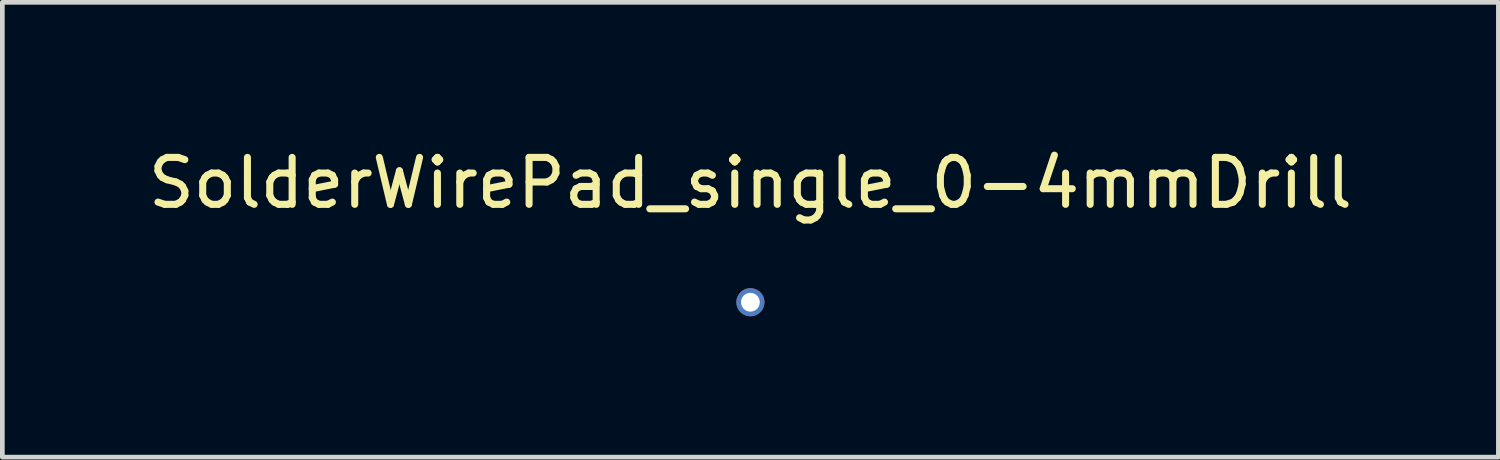
<source format=kicad_pcb>
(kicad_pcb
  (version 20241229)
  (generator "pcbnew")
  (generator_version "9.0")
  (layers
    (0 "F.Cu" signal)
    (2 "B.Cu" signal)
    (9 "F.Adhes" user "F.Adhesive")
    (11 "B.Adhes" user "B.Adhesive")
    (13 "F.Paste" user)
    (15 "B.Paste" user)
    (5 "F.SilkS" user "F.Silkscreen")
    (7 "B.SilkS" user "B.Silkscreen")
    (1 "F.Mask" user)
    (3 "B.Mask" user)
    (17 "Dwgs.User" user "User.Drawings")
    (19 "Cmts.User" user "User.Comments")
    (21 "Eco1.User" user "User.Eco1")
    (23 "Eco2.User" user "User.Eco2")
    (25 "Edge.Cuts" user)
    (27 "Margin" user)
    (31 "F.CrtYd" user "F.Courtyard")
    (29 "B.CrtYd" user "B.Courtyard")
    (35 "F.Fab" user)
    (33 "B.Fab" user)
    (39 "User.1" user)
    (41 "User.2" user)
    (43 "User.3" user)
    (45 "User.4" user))
  (footprint "SolderWirePad_single_0-4mmDrill"
    (layer "F.Cu")
    (at 12.935 3.388)
    (property "Reference" "SolderWirePad_single_0-4mmDrill" (at 0 -2.54 0) (layer "F.SilkS") (effects (font (size 1 1) (thickness 0.15))))
    (attr through_hole)
    (pad "1" thru_hole circle (at 0 0) (size 0.6 0.6) (drill 0.4) (layers "*.Cu" "*.Mask")))
  (gr_rect
    (start -3 -3)
    (end 28.869 6.688)
    (stroke (width 0.1) (type default))
    (fill no)
    (layer "Edge.Cuts")))
</source>
